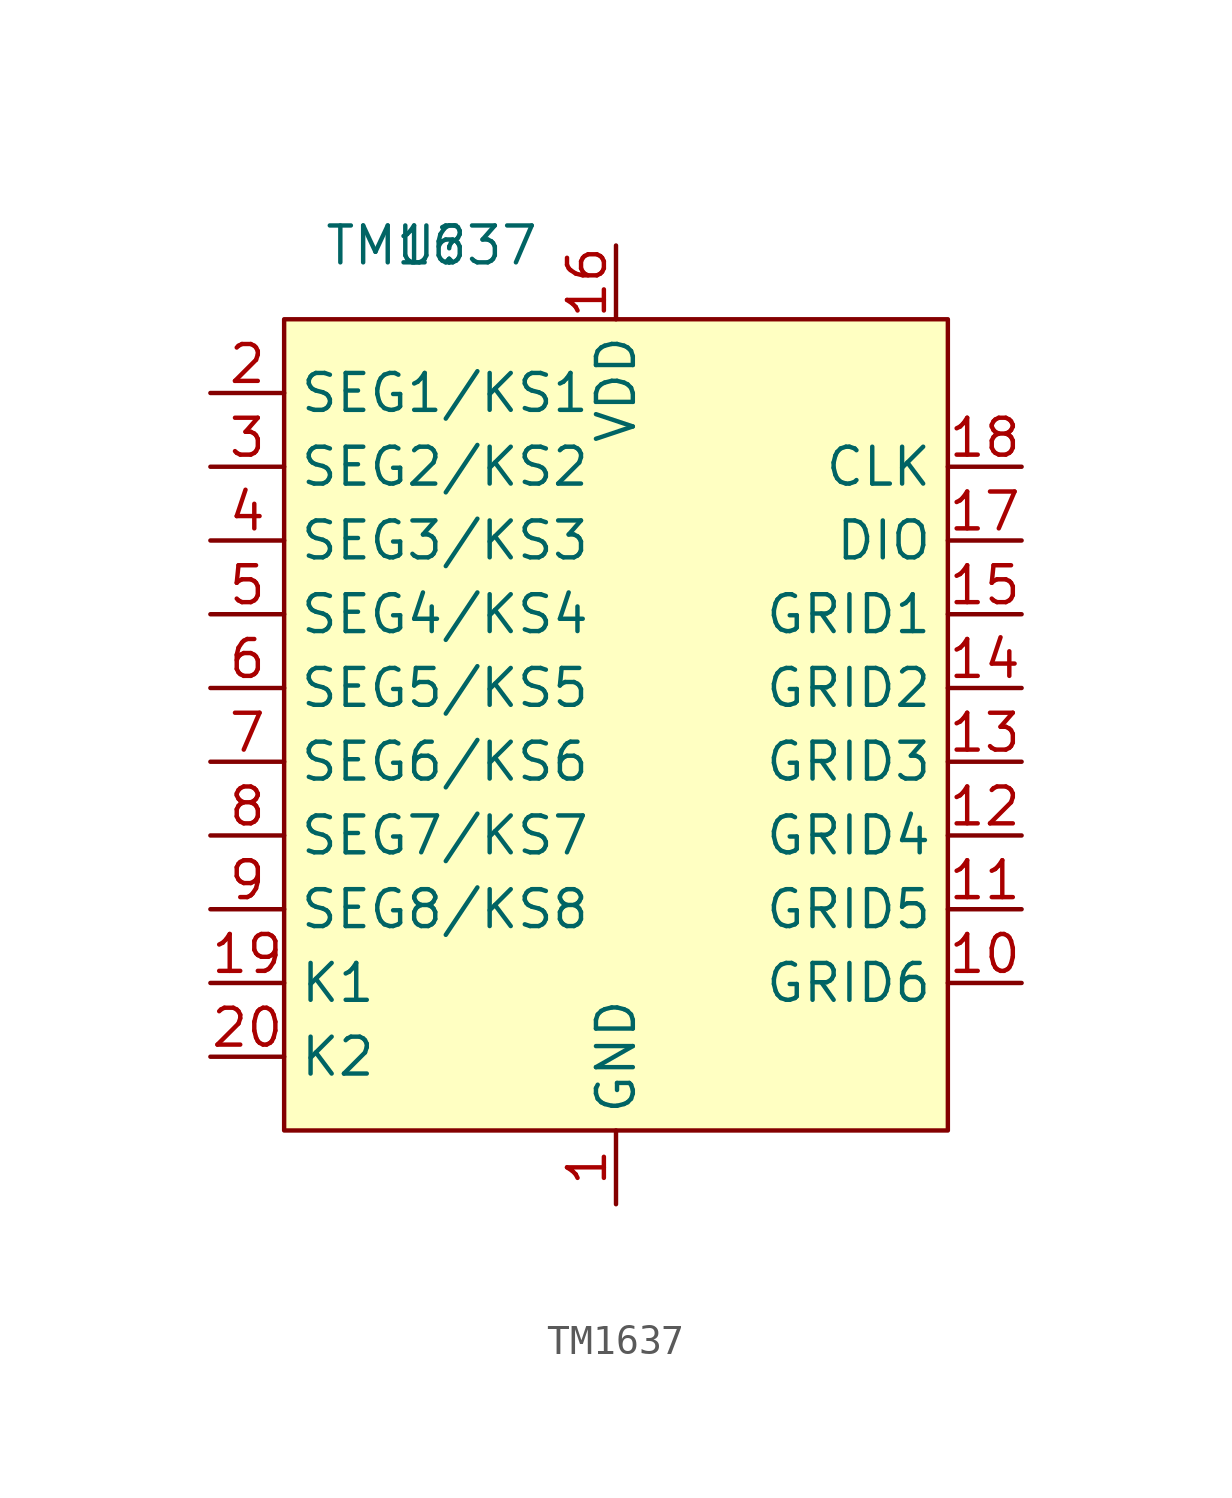
<source format=kicad_sym>
(kicad_symbol_lib
  (version 20211014)
  (generator kicad_symbol_editor)
  (symbol "TM1637"
    (property "Reference" "U"
      (at 0 0 0)
      (effects (font (size 1.27 1.27))))
    (property "Value" "TM1637"
      (at 0 0 0)
      (effects (font (size 1.27 1.27))))
    (symbol "TM1637_0_1"
      (rectangle (start -5.08 -2.54) (end 17.78 -30.48) (stroke (width 0) (type default) (color 0 0 0 0)) (fill (type background))))
    (symbol "TM1637_1_1"
      (pin power_in line (at 6.35 -33.02 90) (length 2.54) (name "GND" (effects (font (size 1.27 1.27)))) (number "1" (effects (font (size 1.27 1.27)))))
      (pin output line (at 20.32 -25.4 180) (length 2.54) (name "GRID6" (effects (font (size 1.27 1.27)))) (number "10" (effects (font (size 1.27 1.27)))))
      (pin output line (at 20.32 -22.86 180) (length 2.54) (name "GRID5" (effects (font (size 1.27 1.27)))) (number "11" (effects (font (size 1.27 1.27)))))
      (pin output line (at 20.32 -20.32 180) (length 2.54) (name "GRID4" (effects (font (size 1.27 1.27)))) (number "12" (effects (font (size 1.27 1.27)))))
      (pin output line (at 20.32 -17.78 180) (length 2.54) (name "GRID3" (effects (font (size 1.27 1.27)))) (number "13" (effects (font (size 1.27 1.27)))))
      (pin output line (at 20.32 -15.24 180) (length 2.54) (name "GRID2" (effects (font (size 1.27 1.27)))) (number "14" (effects (font (size 1.27 1.27)))))
      (pin output line (at 20.32 -12.7 180) (length 2.54) (name "GRID1" (effects (font (size 1.27 1.27)))) (number "15" (effects (font (size 1.27 1.27)))))
      (pin power_in line (at 6.35 0 270) (length 2.54) (name "VDD" (effects (font (size 1.27 1.27)))) (number "16" (effects (font (size 1.27 1.27)))))
      (pin bidirectional line (at 20.32 -10.16 180) (length 2.54) (name "DIO" (effects (font (size 1.27 1.27)))) (number "17" (effects (font (size 1.27 1.27)))))
      (pin input line (at 20.32 -7.62 180) (length 2.54) (name "CLK" (effects (font (size 1.27 1.27)))) (number "18" (effects (font (size 1.27 1.27)))))
      (pin input line (at -7.62 -25.4 0) (length 2.54) (name "K1" (effects (font (size 1.27 1.27)))) (number "19" (effects (font (size 1.27 1.27)))))
      (pin bidirectional line (at -7.62 -5.08 0) (length 2.54) (name "SEG1/KS1" (effects (font (size 1.27 1.27)))) (number "2" (effects (font (size 1.27 1.27)))))
      (pin input line (at -7.62 -27.94 0) (length 2.54) (name "K2" (effects (font (size 1.27 1.27)))) (number "20" (effects (font (size 1.27 1.27)))))
      (pin bidirectional line (at -7.62 -7.62 0) (length 2.54) (name "SEG2/KS2" (effects (font (size 1.27 1.27)))) (number "3" (effects (font (size 1.27 1.27)))))
      (pin bidirectional line (at -7.62 -10.16 0) (length 2.54) (name "SEG3/KS3" (effects (font (size 1.27 1.27)))) (number "4" (effects (font (size 1.27 1.27)))))
      (pin bidirectional line (at -7.62 -12.7 0) (length 2.54) (name "SEG4/KS4" (effects (font (size 1.27 1.27)))) (number "5" (effects (font (size 1.27 1.27)))))
      (pin bidirectional line (at -7.62 -15.24 0) (length 2.54) (name "SEG5/KS5" (effects (font (size 1.27 1.27)))) (number "6" (effects (font (size 1.27 1.27)))))
      (pin bidirectional line (at -7.62 -17.78 0) (length 2.54) (name "SEG6/KS6" (effects (font (size 1.27 1.27)))) (number "7" (effects (font (size 1.27 1.27)))))
      (pin bidirectional line (at -7.62 -20.32 0) (length 2.54) (name "SEG7/KS7" (effects (font (size 1.27 1.27)))) (number "8" (effects (font (size 1.27 1.27)))))
      (pin bidirectional line (at -7.62 -22.86 0) (length 2.54) (name "SEG8/KS8" (effects (font (size 1.27 1.27)))) (number "9" (effects (font (size 1.27 1.27))))))))
</source>
